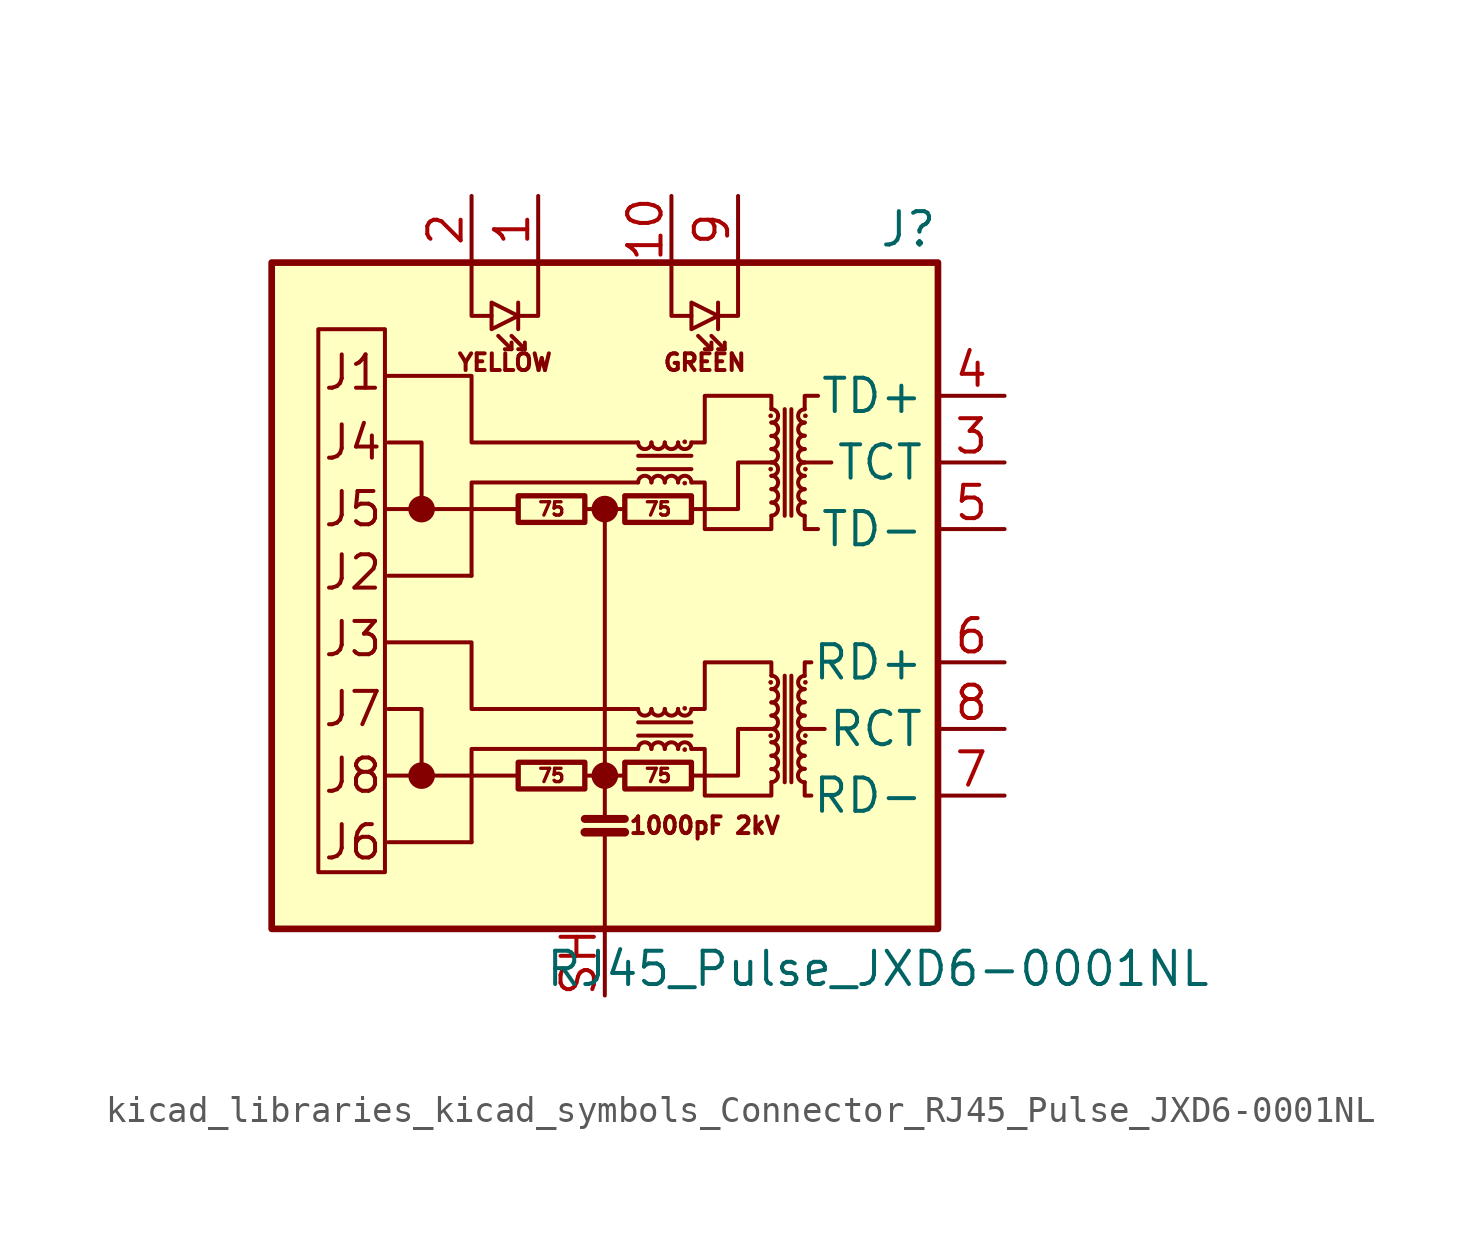
<source format=kicad_sym>
(kicad_symbol_lib
  (version 20220914)
  (generator kicad_symbol_editor)
  (symbol "kicad_libraries_kicad_symbols_Connector_RJ45_Pulse_JXD6-0001NL"
    (property "Reference" "J"
      (at 12.7 13.97 0)
      (effects (font (size 1.27 1.27)) (justify right)))
    (property "Value" "RJ45_Pulse_JXD6-0001NL"
      (at 10.414 -14.224 0)
      (effects (font (size 1.27 1.27))))
    (symbol "kicad_libraries_kicad_symbols_Connector_RJ45_Pulse_JXD6-0001NL_0_0"
      (rectangle (start -12.7 12.7) (end 12.7 -12.7) (stroke (width 0.254) (type default)) (fill (type background)))
      (circle (center -6.985 -6.858) (radius 0.0001) (stroke (width 0.508) (type default)) (fill (type none)))
      (circle (center -6.985 3.302) (radius 0.0001) (stroke (width 0.508) (type default)) (fill (type none)))
      (circle (center 0 -6.858) (radius 0.0001) (stroke (width 0.508) (type default)) (fill (type none)))
      (polyline (pts (xy -3.302 -6.858) (xy -8.382 -6.858)) (stroke (width 0) (type default)) (fill (type none)))
      (polyline (pts (xy -3.302 3.302) (xy -8.382 3.302)) (stroke (width 0) (type default)) (fill (type none)))
      (polyline (pts (xy 8.382 -5.08) (xy 7.62 -5.08)) (stroke (width 0) (type default)) (fill (type none)))
      (polyline (pts (xy 8.636 5.08) (xy 7.62 5.08)) (stroke (width 0) (type default)) (fill (type none)))
      (polyline (pts (xy 1.27 -4.318) (xy -5.08 -4.318) (xy -5.08 -1.778) (xy -8.382 -1.778)) (stroke (width 0) (type default)) (fill (type none)))
      (polyline (pts (xy 1.27 5.842) (xy -5.08 5.842) (xy -5.08 8.382) (xy -8.382 8.382)) (stroke (width 0) (type default)) (fill (type none)))
      (polyline (pts (xy 3.302 -6.858) (xy 5.08 -6.858) (xy 5.08 -5.08) (xy 6.35 -5.08)) (stroke (width 0) (type default)) (fill (type none)))
      (polyline (pts (xy 3.302 3.302) (xy 5.08 3.302) (xy 5.08 5.08) (xy 6.35 5.08)) (stroke (width 0) (type default)) (fill (type none)))
      (circle (center 0 3.302) (radius 0.0001) (stroke (width 0.508) (type default)) (fill (type none)))
      (text "1000pF 2kV" (at 3.81 -8.763 0) (effects (font (size 0.635 0.635))))
      (text "GREEN" (at 3.81 8.89 0) (effects (font (size 0.635 0.635))))
      (text "J1" (at -10.795 8.509 0) (effects (font (size 1.27 1.27)) (justify left)))
      (text "J2" (at -10.795 0.889 0) (effects (font (size 1.27 1.27)) (justify left)))
      (text "J3" (at -10.795 -1.651 0) (effects (font (size 1.27 1.27)) (justify left)))
      (text "J4" (at -10.795 5.842 0) (effects (font (size 1.27 1.27)) (justify left)))
      (text "J5" (at -10.795 3.302 0) (effects (font (size 1.27 1.27)) (justify left)))
      (text "J6" (at -10.795 -9.398 0) (effects (font (size 1.27 1.27)) (justify left)))
      (text "J7" (at -10.795 -4.318 0) (effects (font (size 1.27 1.27)) (justify left)))
      (text "J8" (at -10.795 -6.858 0) (effects (font (size 1.27 1.27)) (justify left)))
      (text "YELLOW" (at -3.81 8.89 0) (effects (font (size 0.635 0.635)))))
    (symbol "kicad_libraries_kicad_symbols_Connector_RJ45_Pulse_JXD6-0001NL_0_1"
      (rectangle (start -8.382 -10.541) (end -10.922 10.16) (stroke (width 0) (type default)) (fill (type none)))
      (rectangle (start -3.302 -7.366) (end -0.762 -6.35) (stroke (width 0.203) (type default)) (fill (type none)))
      (rectangle (start -3.302 2.794) (end -0.762 3.81) (stroke (width 0.203) (type default)) (fill (type none)))
      (polyline (pts (xy -5.08 -9.398) (xy -8.255 -9.398)) (stroke (width 0) (type default)) (fill (type none)))
      (polyline (pts (xy -5.08 0.762) (xy -8.255 0.762)) (stroke (width 0) (type default)) (fill (type none)))
      (polyline (pts (xy -3.556 9.398) (xy -4.064 9.906)) (stroke (width 0) (type default)) (fill (type none)))
      (polyline (pts (xy -3.302 11.176) (xy -3.302 10.16)) (stroke (width 0) (type default)) (fill (type none)))
      (polyline (pts (xy -3.048 9.398) (xy -3.556 9.906)) (stroke (width 0) (type default)) (fill (type none)))
      (polyline (pts (xy -0.762 -9.017) (xy 0.762 -9.017)) (stroke (width 0.33) (type default)) (fill (type none)))
      (polyline (pts (xy -0.762 -8.509) (xy 0.762 -8.509)) (stroke (width 0.305) (type default)) (fill (type none)))
      (polyline (pts (xy 0 -9.017) (xy 0 -12.7)) (stroke (width 0) (type default)) (fill (type none)))
      (polyline (pts (xy 0 3.302) (xy -0.762 3.302)) (stroke (width 0) (type default)) (fill (type none)))
      (polyline (pts (xy 0.762 -6.858) (xy -0.762 -6.858)) (stroke (width 0) (type default)) (fill (type none)))
      (polyline (pts (xy 1.27 -5.334) (xy 3.302 -5.334)) (stroke (width 0) (type default)) (fill (type none)))
      (polyline (pts (xy 1.27 4.826) (xy 3.302 4.826)) (stroke (width 0) (type default)) (fill (type none)))
      (polyline (pts (xy 3.302 -4.826) (xy 1.27 -4.826)) (stroke (width 0) (type default)) (fill (type none)))
      (polyline (pts (xy 3.302 5.334) (xy 1.27 5.334)) (stroke (width 0) (type default)) (fill (type none)))
      (polyline (pts (xy 4.064 9.398) (xy 3.556 9.906)) (stroke (width 0) (type default)) (fill (type none)))
      (polyline (pts (xy 4.318 11.176) (xy 4.318 10.16)) (stroke (width 0) (type default)) (fill (type none)))
      (polyline (pts (xy 4.572 9.398) (xy 4.064 9.906)) (stroke (width 0) (type default)) (fill (type none)))
      (polyline (pts (xy 6.858 -3.048) (xy 6.858 -7.112)) (stroke (width 0) (type default)) (fill (type none)))
      (polyline (pts (xy 6.858 7.112) (xy 6.858 3.048)) (stroke (width 0) (type default)) (fill (type none)))
      (polyline (pts (xy 7.112 -7.112) (xy 7.112 -3.048)) (stroke (width 0) (type default)) (fill (type none)))
      (polyline (pts (xy 7.112 3.048) (xy 7.112 7.112)) (stroke (width 0) (type default)) (fill (type none)))
      (polyline (pts (xy -6.985 -6.858) (xy -6.985 -4.318) (xy -8.255 -4.318)) (stroke (width 0) (type default)) (fill (type none)))
      (polyline (pts (xy -6.985 3.302) (xy -6.985 5.842) (xy -8.255 5.842)) (stroke (width 0) (type default)) (fill (type none)))
      (polyline (pts (xy -5.08 12.7) (xy -5.08 10.668) (xy -4.318 10.668)) (stroke (width 0) (type default)) (fill (type none)))
      (polyline (pts (xy -3.556 9.652) (xy -3.556 9.398) (xy -3.81 9.398)) (stroke (width 0) (type default)) (fill (type none)))
      (polyline (pts (xy -3.048 9.652) (xy -3.048 9.398) (xy -3.302 9.398)) (stroke (width 0) (type default)) (fill (type none)))
      (polyline (pts (xy -2.54 12.7) (xy -2.54 10.668) (xy -3.302 10.668)) (stroke (width 0) (type default)) (fill (type none)))
      (polyline (pts (xy 0 -8.509) (xy 0 3.302) (xy 0.635 3.302)) (stroke (width 0) (type default)) (fill (type none)))
      (polyline (pts (xy 1.27 -5.842) (xy -5.08 -5.842) (xy -5.08 -9.398)) (stroke (width 0) (type default)) (fill (type none)))
      (polyline (pts (xy 1.27 4.318) (xy -5.08 4.318) (xy -5.08 0.762)) (stroke (width 0) (type default)) (fill (type none)))
      (polyline (pts (xy 2.54 12.7) (xy 2.54 10.668) (xy 3.302 10.668)) (stroke (width 0) (type default)) (fill (type none)))
      (polyline (pts (xy 4.064 9.652) (xy 4.064 9.398) (xy 3.81 9.398)) (stroke (width 0) (type default)) (fill (type none)))
      (polyline (pts (xy 4.572 9.652) (xy 4.572 9.398) (xy 4.318 9.398)) (stroke (width 0) (type default)) (fill (type none)))
      (polyline (pts (xy 5.08 12.7) (xy 5.08 10.668) (xy 4.318 10.668)) (stroke (width 0) (type default)) (fill (type none)))
      (polyline (pts (xy 7.62 -7.112) (xy 7.62 -7.62) (xy 7.874 -7.62)) (stroke (width 0) (type default)) (fill (type none)))
      (polyline (pts (xy 7.62 -3.048) (xy 7.62 -2.54) (xy 7.874 -2.54)) (stroke (width 0) (type default)) (fill (type none)))
      (polyline (pts (xy 7.62 3.048) (xy 7.62 2.54) (xy 8.128 2.54)) (stroke (width 0) (type default)) (fill (type none)))
      (polyline (pts (xy 7.62 7.112) (xy 7.62 7.62) (xy 8.128 7.62)) (stroke (width 0) (type default)) (fill (type none)))
      (polyline (pts (xy -3.302 10.668) (xy -4.318 11.176) (xy -4.318 10.16) (xy -3.302 10.668)) (stroke (width 0) (type default)) (fill (type none)))
      (polyline (pts (xy 4.318 10.668) (xy 3.302 11.176) (xy 3.302 10.16) (xy 4.318 10.668)) (stroke (width 0) (type default)) (fill (type none)))
      (polyline (pts (xy 3.302 -4.318) (xy 3.81 -4.318) (xy 3.81 -2.54) (xy 6.35 -2.54) (xy 6.35 -3.048)) (stroke (width 0) (type default)) (fill (type none)))
      (polyline (pts (xy 3.302 5.842) (xy 3.81 5.842) (xy 3.81 7.62) (xy 6.35 7.62) (xy 6.35 7.112)) (stroke (width 0) (type default)) (fill (type none)))
      (polyline (pts (xy 6.35 -7.112) (xy 6.35 -7.62) (xy 3.81 -7.62) (xy 3.81 -5.842) (xy 3.302 -5.842)) (stroke (width 0) (type default)) (fill (type none)))
      (polyline (pts (xy 6.35 3.048) (xy 6.35 2.54) (xy 3.81 2.54) (xy 3.81 4.318) (xy 3.302 4.318)) (stroke (width 0) (type default)) (fill (type none)))
      (rectangle (start 0.762 -7.366) (end 3.302 -6.35) (stroke (width 0.203) (type default)) (fill (type none)))
      (rectangle (start 0.762 2.794) (end 3.302 3.81) (stroke (width 0.203) (type default)) (fill (type none)))
      (arc (start 1.27 -4.318) (mid 1.524 -4.5709) (end 1.778 -4.318) (stroke (width 0) (type default)) (fill (type none)))
      (arc (start 1.27 5.842) (mid 1.524 5.5891) (end 1.778 5.842) (stroke (width 0) (type default)) (fill (type none)))
      (arc (start 1.778 -5.842) (mid 1.524 -5.5891) (end 1.27 -5.842) (stroke (width 0) (type default)) (fill (type none)))
      (arc (start 1.778 -4.318) (mid 2.032 -4.5709) (end 2.286 -4.318) (stroke (width 0) (type default)) (fill (type none)))
      (arc (start 1.778 4.318) (mid 1.524 4.5709) (end 1.27 4.318) (stroke (width 0) (type default)) (fill (type none)))
      (arc (start 1.778 5.842) (mid 2.032 5.5891) (end 2.286 5.842) (stroke (width 0) (type default)) (fill (type none)))
      (arc (start 2.286 -5.842) (mid 2.032 -5.5891) (end 1.778 -5.842) (stroke (width 0) (type default)) (fill (type none)))
      (arc (start 2.286 -4.318) (mid 2.54 -4.5709) (end 2.794 -4.318) (stroke (width 0) (type default)) (fill (type none)))
      (arc (start 2.286 4.318) (mid 2.032 4.5709) (end 1.778 4.318) (stroke (width 0) (type default)) (fill (type none)))
      (arc (start 2.286 5.842) (mid 2.54 5.5891) (end 2.794 5.842) (stroke (width 0) (type default)) (fill (type none)))
      (arc (start 2.794 -5.842) (mid 2.54 -5.5891) (end 2.286 -5.842) (stroke (width 0) (type default)) (fill (type none)))
      (arc (start 2.794 -4.318) (mid 3.048 -4.5709) (end 3.302 -4.318) (stroke (width 0) (type default)) (fill (type none)))
      (arc (start 2.794 4.318) (mid 2.54 4.5709) (end 2.286 4.318) (stroke (width 0) (type default)) (fill (type none)))
      (arc (start 2.794 5.842) (mid 3.048 5.5891) (end 3.302 5.842) (stroke (width 0) (type default)) (fill (type none)))
      (circle (center 3.048 -5.867) (radius 0.076) (stroke (width 0.025) (type default)) (fill (type outline)))
      (circle (center 3.048 -4.293) (radius 0.076) (stroke (width 0.025) (type default)) (fill (type outline)))
      (circle (center 3.048 4.293) (radius 0.076) (stroke (width 0.025) (type default)) (fill (type outline)))
      (circle (center 3.048 5.867) (radius 0.076) (stroke (width 0.025) (type default)) (fill (type outline)))
      (arc (start 3.302 -5.842) (mid 3.048 -5.5891) (end 2.794 -5.842) (stroke (width 0) (type default)) (fill (type none)))
      (arc (start 3.302 4.318) (mid 3.048 4.5709) (end 2.794 4.318) (stroke (width 0) (type default)) (fill (type none)))
      (circle (center 6.325 -5.334) (radius 0.076) (stroke (width 0.025) (type default)) (fill (type outline)))
      (circle (center 6.325 -3.302) (radius 0.076) (stroke (width 0.025) (type default)) (fill (type outline)))
      (circle (center 6.325 4.826) (radius 0.076) (stroke (width 0.025) (type default)) (fill (type outline)))
      (circle (center 6.325 6.858) (radius 0.076) (stroke (width 0.025) (type default)) (fill (type outline)))
      (arc (start 6.35 -7.112) (mid 6.6029 -6.858) (end 6.35 -6.604) (stroke (width 0) (type default)) (fill (type none)))
      (arc (start 6.35 -6.604) (mid 6.6029 -6.35) (end 6.35 -6.096) (stroke (width 0) (type default)) (fill (type none)))
      (arc (start 6.35 -6.096) (mid 6.6029 -5.842) (end 6.35 -5.588) (stroke (width 0) (type default)) (fill (type none)))
      (arc (start 6.35 -5.588) (mid 6.6029 -5.334) (end 6.35 -5.08) (stroke (width 0) (type default)) (fill (type none)))
      (arc (start 6.35 -5.08) (mid 6.6029 -4.826) (end 6.35 -4.572) (stroke (width 0) (type default)) (fill (type none)))
      (arc (start 6.35 -4.572) (mid 6.6029 -4.318) (end 6.35 -4.064) (stroke (width 0) (type default)) (fill (type none)))
      (arc (start 6.35 -4.064) (mid 6.6029 -3.81) (end 6.35 -3.556) (stroke (width 0) (type default)) (fill (type none)))
      (arc (start 6.35 -3.556) (mid 6.6029 -3.302) (end 6.35 -3.048) (stroke (width 0) (type default)) (fill (type none)))
      (arc (start 6.35 3.048) (mid 6.6029 3.302) (end 6.35 3.556) (stroke (width 0) (type default)) (fill (type none)))
      (arc (start 6.35 3.556) (mid 6.6029 3.81) (end 6.35 4.064) (stroke (width 0) (type default)) (fill (type none)))
      (arc (start 6.35 4.064) (mid 6.6029 4.318) (end 6.35 4.572) (stroke (width 0) (type default)) (fill (type none)))
      (arc (start 6.35 4.572) (mid 6.6029 4.826) (end 6.35 5.08) (stroke (width 0) (type default)) (fill (type none)))
      (arc (start 6.35 5.08) (mid 6.6029 5.334) (end 6.35 5.588) (stroke (width 0) (type default)) (fill (type none)))
      (arc (start 6.35 5.588) (mid 6.6029 5.842) (end 6.35 6.096) (stroke (width 0) (type default)) (fill (type none)))
      (arc (start 6.35 6.096) (mid 6.6029 6.35) (end 6.35 6.604) (stroke (width 0) (type default)) (fill (type none)))
      (arc (start 6.35 6.604) (mid 6.6029 6.858) (end 6.35 7.112) (stroke (width 0) (type default)) (fill (type none)))
      (arc (start 7.62 -6.604) (mid 7.3671 -6.858) (end 7.62 -7.112) (stroke (width 0) (type default)) (fill (type none)))
      (arc (start 7.62 -6.096) (mid 7.3671 -6.35) (end 7.62 -6.604) (stroke (width 0) (type default)) (fill (type none)))
      (arc (start 7.62 -5.588) (mid 7.3671 -5.842) (end 7.62 -6.096) (stroke (width 0) (type default)) (fill (type none)))
      (arc (start 7.62 -5.08) (mid 7.3671 -5.334) (end 7.62 -5.588) (stroke (width 0) (type default)) (fill (type none)))
      (arc (start 7.62 -4.572) (mid 7.3671 -4.826) (end 7.62 -5.08) (stroke (width 0) (type default)) (fill (type none)))
      (arc (start 7.62 -4.064) (mid 7.3671 -4.318) (end 7.62 -4.572) (stroke (width 0) (type default)) (fill (type none)))
      (arc (start 7.62 -3.556) (mid 7.3671 -3.81) (end 7.62 -4.064) (stroke (width 0) (type default)) (fill (type none)))
      (arc (start 7.62 -3.048) (mid 7.3671 -3.302) (end 7.62 -3.556) (stroke (width 0) (type default)) (fill (type none)))
      (arc (start 7.62 3.556) (mid 7.3671 3.302) (end 7.62 3.048) (stroke (width 0) (type default)) (fill (type none)))
      (arc (start 7.62 4.064) (mid 7.3671 3.81) (end 7.62 3.556) (stroke (width 0) (type default)) (fill (type none)))
      (arc (start 7.62 4.572) (mid 7.3671 4.318) (end 7.62 4.064) (stroke (width 0) (type default)) (fill (type none)))
      (arc (start 7.62 5.08) (mid 7.3671 4.826) (end 7.62 4.572) (stroke (width 0) (type default)) (fill (type none)))
      (arc (start 7.62 5.588) (mid 7.3671 5.334) (end 7.62 5.08) (stroke (width 0) (type default)) (fill (type none)))
      (arc (start 7.62 6.096) (mid 7.3671 5.842) (end 7.62 5.588) (stroke (width 0) (type default)) (fill (type none)))
      (arc (start 7.62 6.604) (mid 7.3671 6.35) (end 7.62 6.096) (stroke (width 0) (type default)) (fill (type none)))
      (arc (start 7.62 7.112) (mid 7.3671 6.858) (end 7.62 6.604) (stroke (width 0) (type default)) (fill (type none)))
      (circle (center 7.645 -5.334) (radius 0.076) (stroke (width 0.025) (type default)) (fill (type outline)))
      (circle (center 7.645 -3.302) (radius 0.076) (stroke (width 0.025) (type default)) (fill (type outline)))
      (circle (center 7.645 4.826) (radius 0.076) (stroke (width 0.025) (type default)) (fill (type outline)))
      (circle (center 7.645 6.858) (radius 0.076) (stroke (width 0.025) (type default)) (fill (type outline))))
    (symbol "kicad_libraries_kicad_symbols_Connector_RJ45_Pulse_JXD6-0001NL_1_0"
      (text "75" (at -2.032 -6.858 0) (effects (font (size 0.508 0.508))))
      (text "75" (at -2.032 3.302 0) (effects (font (size 0.508 0.508))))
      (text "75" (at 2.032 -6.858 0) (effects (font (size 0.508 0.508))))
      (text "75" (at 2.032 3.302 0) (effects (font (size 0.508 0.508)))))
    (symbol "kicad_libraries_kicad_symbols_Connector_RJ45_Pulse_JXD6-0001NL_1_1"
      (pin passive line (at -2.54 15.24 270) (length 2.54) (name "~" (effects (font (size 1.27 1.27)))) (number "1" (effects (font (size 1.27 1.27)))))
      (pin passive line (at 2.54 15.24 270) (length 2.54) (name "~" (effects (font (size 1.27 1.27)))) (number "10" (effects (font (size 1.27 1.27)))))
      (pin passive line (at -5.08 15.24 270) (length 2.54) (name "~" (effects (font (size 1.27 1.27)))) (number "2" (effects (font (size 1.27 1.27)))))
      (pin passive line (at 15.24 5.08 180) (length 2.54) (name "TCT" (effects (font (size 1.27 1.27)))) (number "3" (effects (font (size 1.27 1.27)))))
      (pin passive line (at 15.24 7.62 180) (length 2.54) (name "TD+" (effects (font (size 1.27 1.27)))) (number "4" (effects (font (size 1.27 1.27)))))
      (pin passive line (at 15.24 2.54 180) (length 2.54) (name "TD-" (effects (font (size 1.27 1.27)))) (number "5" (effects (font (size 1.27 1.27)))))
      (pin passive line (at 15.24 -2.54 180) (length 2.54) (name "RD+" (effects (font (size 1.27 1.27)))) (number "6" (effects (font (size 1.27 1.27)))))
      (pin passive line (at 15.24 -7.62 180) (length 2.54) (name "RD-" (effects (font (size 1.27 1.27)))) (number "7" (effects (font (size 1.27 1.27)))))
      (pin passive line (at 15.24 -5.08 180) (length 2.54) (name "RCT" (effects (font (size 1.27 1.27)))) (number "8" (effects (font (size 1.27 1.27)))))
      (pin passive line (at 5.08 15.24 270) (length 2.54) (name "~" (effects (font (size 1.27 1.27)))) (number "9" (effects (font (size 1.27 1.27)))))
      (pin passive line (at 0 -15.24 90) (length 2.54) (name "~" (effects (font (size 1.27 1.27)))) (number "SH" (effects (font (size 1.27 1.27))))))))
</source>
